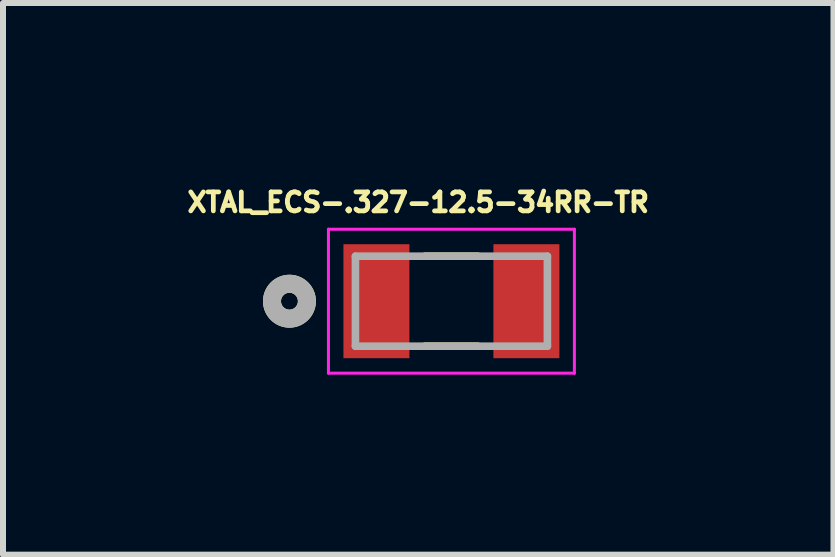
<source format=kicad_pcb>
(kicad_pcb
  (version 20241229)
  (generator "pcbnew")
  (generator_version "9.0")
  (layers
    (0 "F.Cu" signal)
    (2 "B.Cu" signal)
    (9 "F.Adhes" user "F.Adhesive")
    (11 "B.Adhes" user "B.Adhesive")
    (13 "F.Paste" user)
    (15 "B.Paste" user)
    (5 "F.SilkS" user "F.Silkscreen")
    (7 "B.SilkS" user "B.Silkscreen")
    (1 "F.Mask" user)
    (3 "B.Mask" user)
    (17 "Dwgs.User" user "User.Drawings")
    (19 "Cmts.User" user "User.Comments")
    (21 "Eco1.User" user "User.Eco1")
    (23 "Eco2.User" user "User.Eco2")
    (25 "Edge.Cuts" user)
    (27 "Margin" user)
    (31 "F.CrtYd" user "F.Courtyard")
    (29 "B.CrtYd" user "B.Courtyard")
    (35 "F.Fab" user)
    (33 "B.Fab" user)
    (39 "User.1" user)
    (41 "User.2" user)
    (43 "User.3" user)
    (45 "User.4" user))
  (footprint "XTAL_ECS-.327-12.5-34RR-TR"
    (layer "F.Cu")
    (at 4.475 1.971)
    (property "Reference" "XTAL_ECS-.327-12.5-34RR-TR" (at -0.553 -1.648 0) (layer "F.SilkS") (effects (font (size 0.316 0.316) (thickness 0.15))))
    (attr smd)
    (fp_line (start -0.44 -0.75) (end 0.44 -0.75) (stroke (width 0.127) (type solid)) (layer "F.SilkS"))
    (fp_line (start -0.44 0.75) (end 0.44 0.75) (stroke (width 0.127) (type solid)) (layer "F.SilkS"))
    (fp_circle (center -2.7 0) (end -2.559 0) (stroke (width 0.3) (type solid)) (fill no) (layer "F.SilkS"))
    (fp_line (start -2.05 -1.2) (end -2.05 1.2) (stroke (width 0.05) (type solid)) (layer "F.CrtYd"))
    (fp_line (start -2.05 1.2) (end 2.05 1.2) (stroke (width 0.05) (type solid)) (layer "F.CrtYd"))
    (fp_line (start 2.05 -1.2) (end -2.05 -1.2) (stroke (width 0.05) (type solid)) (layer "F.CrtYd"))
    (fp_line (start 2.05 1.2) (end 2.05 -1.2) (stroke (width 0.05) (type solid)) (layer "F.CrtYd"))
    (fp_line (start -1.6 -0.75) (end -1.6 0.75) (stroke (width 0.127) (type solid)) (layer "F.Fab"))
    (fp_line (start -1.6 0.75) (end 1.6 0.75) (stroke (width 0.127) (type solid)) (layer "F.Fab"))
    (fp_line (start 1.6 -0.75) (end -1.6 -0.75) (stroke (width 0.127) (type solid)) (layer "F.Fab"))
    (fp_line (start 1.6 0.75) (end 1.6 -0.75) (stroke (width 0.127) (type solid)) (layer "F.Fab"))
    (fp_circle (center -2.7 0) (end -2.559 0) (stroke (width 0.3) (type solid)) (fill no) (layer "F.Fab"))
    (pad "1" smd rect (at -1.25 0) (size 1.1 1.9) (layers "F.Cu" "F.Mask" "F.Paste"))
    (pad "2" smd rect (at 1.25 0) (size 1.1 1.9) (layers "F.Cu" "F.Mask" "F.Paste")))
  (gr_rect
    (start -3 -3)
    (end 10.844 6.196)
    (stroke (width 0.1) (type default))
    (fill no)
    (layer "Edge.Cuts")))
</source>
